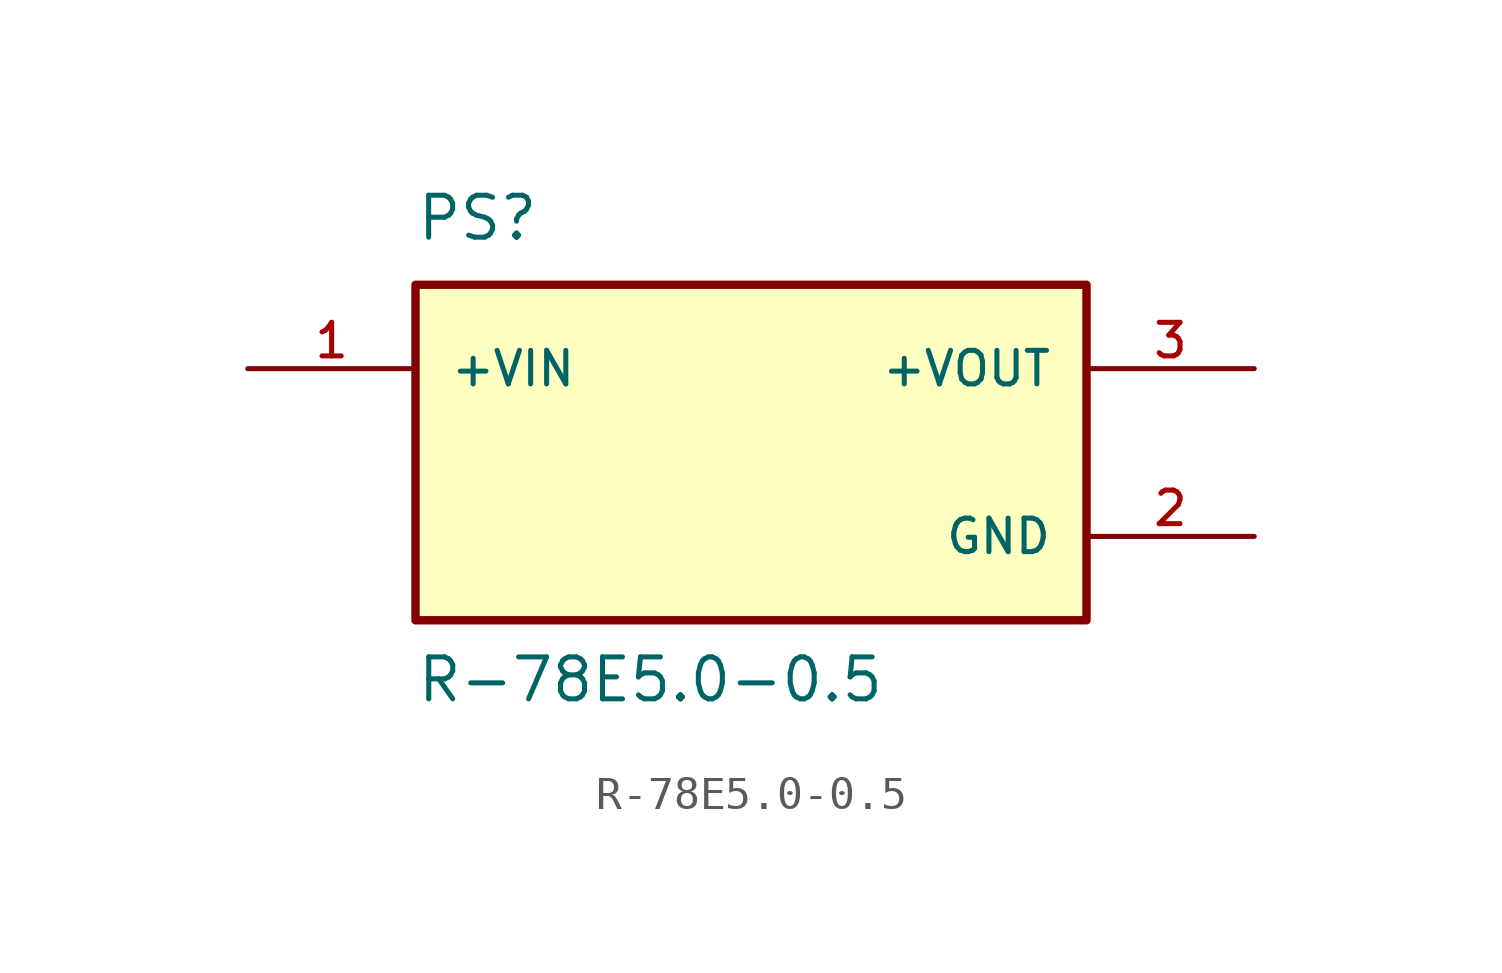
<source format=kicad_sym>
(kicad_symbol_lib
  (version 20220914)
  (generator kicad_symbol_editor)
  (symbol "R-78E5.0-0.5"
    (pin_names
      (offset 1.016))
    (property "Reference" "PS"
      (at -10.164 6.358 0)
      (effects (font (size 1.27 1.27)) (justify left bottom)))
    (property "Value" "R-78E5.0-0.5"
      (at -10.161 -7.623 0)
      (effects (font (size 1.27 1.27)) (justify left bottom)))
    (symbol "R-78E5.0-0.5_0_0"
      (rectangle (start -10.16 -5.08) (end 10.16 5.08) (stroke (width 0.254) (type default)) (fill (type background))))
    (symbol "R-78E5.0-0.5_1_0"
      (pin power_in line (at -15.24 2.54 0) (length 5.08) (name "+VIN" (effects (font (size 1.016 1.016)))) (number "1" (effects (font (size 1.016 1.016)))))
      (pin power_in line (at 15.24 -2.54 180) (length 5.08) (name "GND" (effects (font (size 1.016 1.016)))) (number "2" (effects (font (size 1.016 1.016)))))
      (pin power_out line (at 15.24 2.54 180) (length 5.08) (name "+VOUT" (effects (font (size 1.016 1.016)))) (number "3" (effects (font (size 1.016 1.016))))))))
</source>
